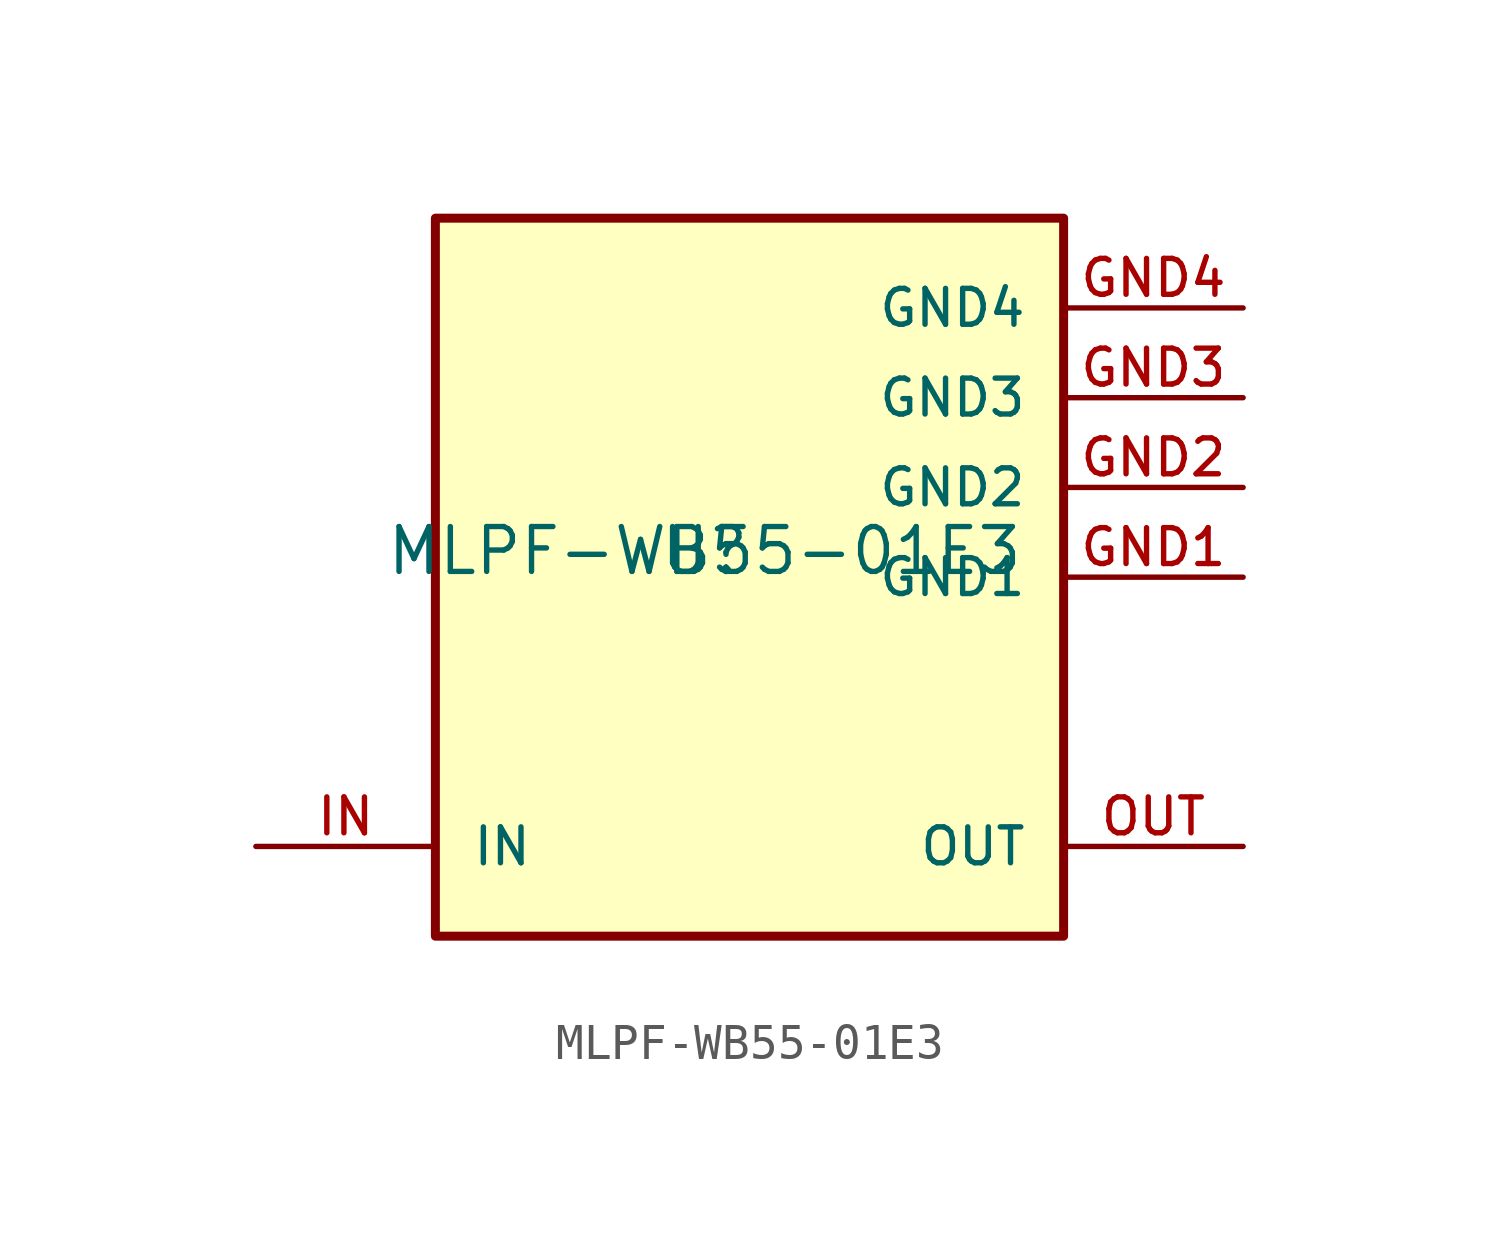
<source format=kicad_sym>
(kicad_symbol_lib
  (version 20211014)
  (generator kicad_symbol_editor)
  (symbol "MLPF-WB55-01E3"
    (pin_names
      (offset 1.016))
    (property "Reference" "U"
      (at 0 0 0)
      (effects (font (size 1.27 1.27)) (justify bottom)))
    (property "Value" "MLPF-WB55-01E3"
      (at 0 0.0 0)
      (effects (font (size 1.27 1.27)) (justify bottom)))
    (symbol "MLPF-WB55-01E3_0_0"
      (rectangle (start -7.62 -10.16) (end 10.16 10.16) (stroke (width 0.254)) (fill (type background)))
      (pin output line (at 15.24 -7.62 180.0) (length 5.08) (name "OUT" (effects (font (size 1.016 1.016)))) (number "OUT" (effects (font (size 1.016 1.016)))))
      (pin power_in line (at 15.24 7.62 180.0) (length 5.08) (name "GND4" (effects (font (size 1.016 1.016)))) (number "GND4" (effects (font (size 1.016 1.016)))))
      (pin input line (at -12.7 -7.62 0) (length 5.08) (name "IN" (effects (font (size 1.016 1.016)))) (number "IN" (effects (font (size 1.016 1.016)))))
      (pin power_in line (at 15.24 0.0 180.0) (length 5.08) (name "GND1" (effects (font (size 1.016 1.016)))) (number "GND1" (effects (font (size 1.016 1.016)))))
      (pin power_in line (at 15.24 2.54 180.0) (length 5.08) (name "GND2" (effects (font (size 1.016 1.016)))) (number "GND2" (effects (font (size 1.016 1.016)))))
      (pin power_in line (at 15.24 5.08 180.0) (length 5.08) (name "GND3" (effects (font (size 1.016 1.016)))) (number "GND3" (effects (font (size 1.016 1.016))))))))
</source>
